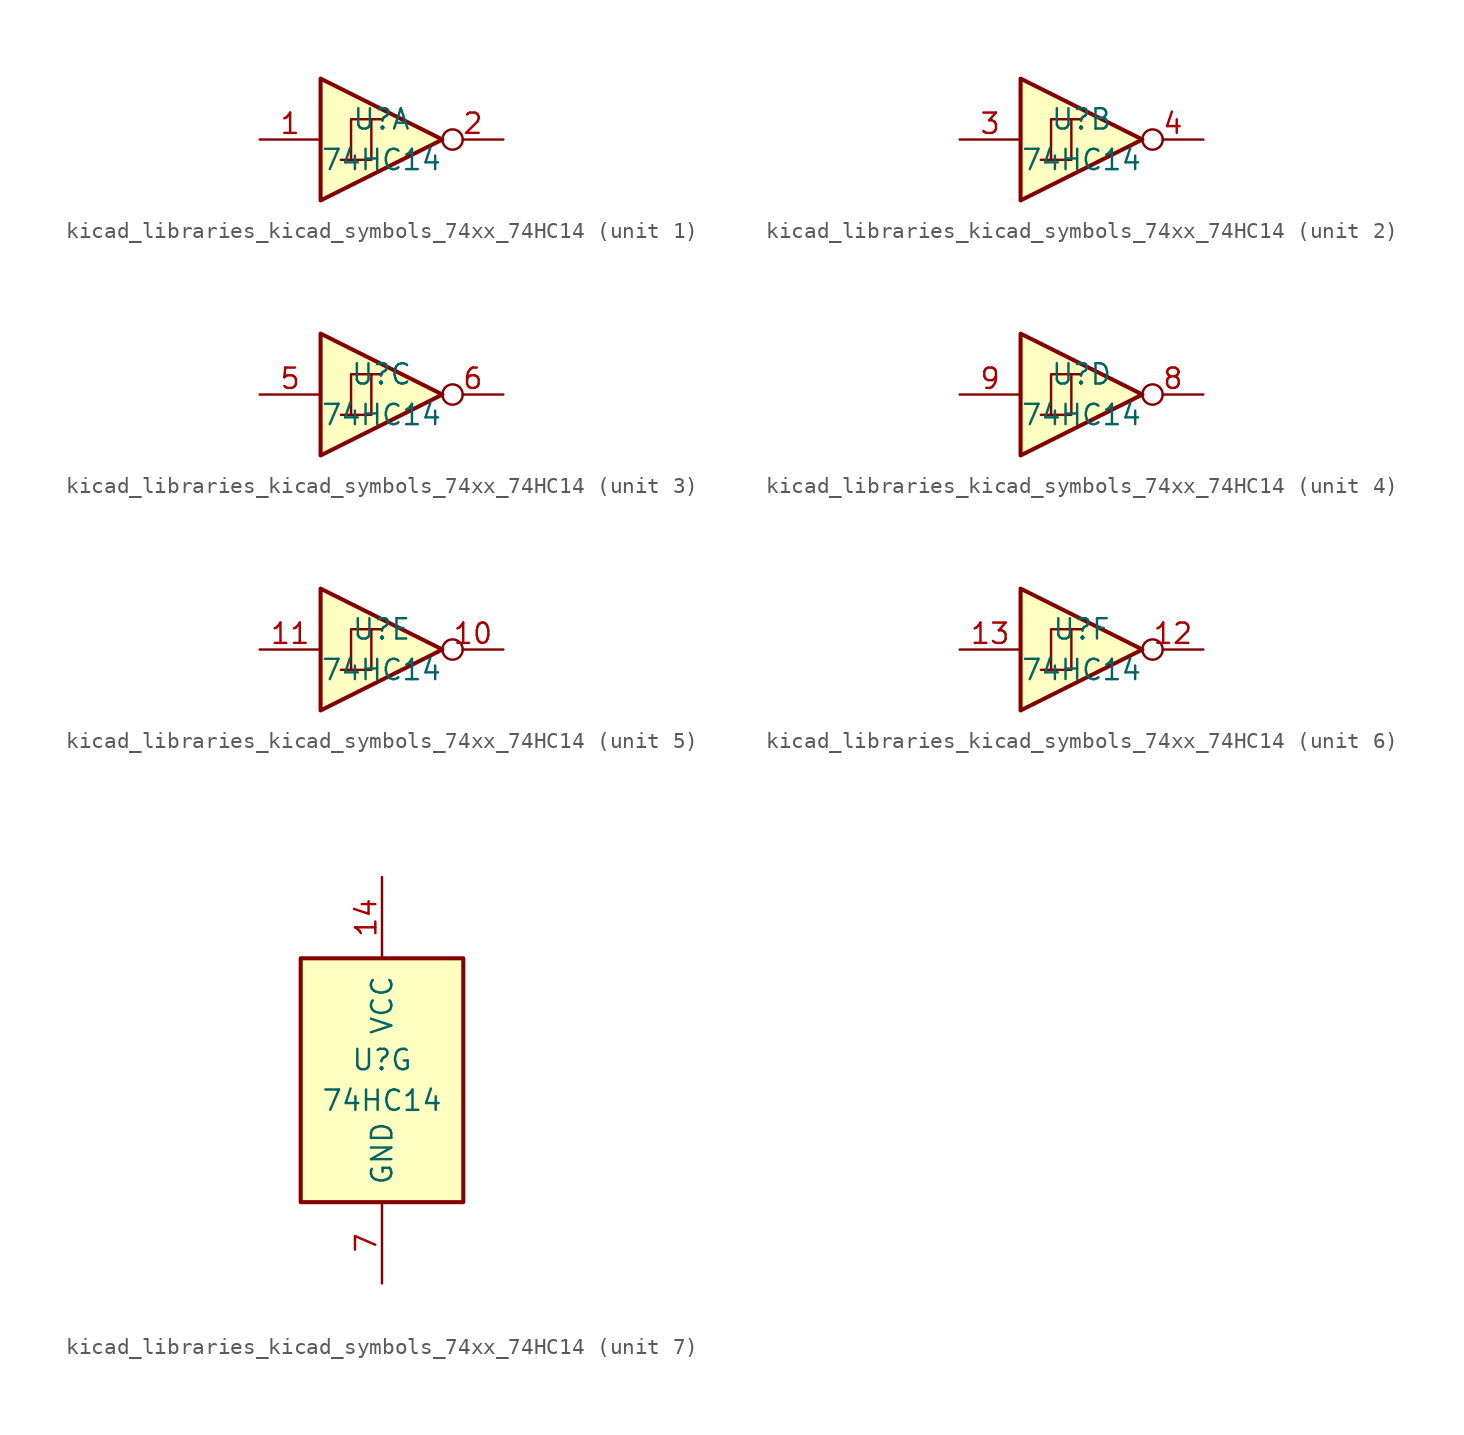
<source format=kicad_sym>
(kicad_symbol_lib
  (version 20220914)
  (generator kicad_symbol_editor)
  (symbol "kicad_libraries_kicad_symbols_74xx_74HC14"
    (pin_names
      (offset 1.016))
    (property "Reference" "U"
      (at 0 1.27 0)
      (effects (font (size 1.27 1.27))))
    (property "Value" "74HC14"
      (at 0 -1.27 0)
      (effects (font (size 1.27 1.27))))
    (property "ki_locked" ""
      (at 0 0 0)
      (effects (font (size 1.27 1.27))))
    (symbol "kicad_libraries_kicad_symbols_74xx_74HC14_1_0"
      (polyline (pts (xy -3.81 3.81) (xy -3.81 -3.81) (xy 3.81 0) (xy -3.81 3.81)) (stroke (width 0.254) (type default)) (fill (type background)))
      (pin input line (at -7.62 0 0) (length 3.81) (name "~" (effects (font (size 1.27 1.27)))) (number "1" (effects (font (size 1.27 1.27)))))
      (pin output inverted (at 7.62 0 180) (length 3.81) (name "~" (effects (font (size 1.27 1.27)))) (number "2" (effects (font (size 1.27 1.27))))))
    (symbol "kicad_libraries_kicad_symbols_74xx_74HC14_1_1"
      (polyline (pts (xy -1.905 -1.27) (xy -1.905 1.27) (xy -0.635 1.27)) (stroke (width 0) (type default)) (fill (type none)))
      (polyline (pts (xy -2.54 -1.27) (xy -0.635 -1.27) (xy -0.635 1.27) (xy 0 1.27)) (stroke (width 0) (type default)) (fill (type none))))
    (symbol "kicad_libraries_kicad_symbols_74xx_74HC14_2_0"
      (polyline (pts (xy -3.81 3.81) (xy -3.81 -3.81) (xy 3.81 0) (xy -3.81 3.81)) (stroke (width 0.254) (type default)) (fill (type background)))
      (pin input line (at -7.62 0 0) (length 3.81) (name "~" (effects (font (size 1.27 1.27)))) (number "3" (effects (font (size 1.27 1.27)))))
      (pin output inverted (at 7.62 0 180) (length 3.81) (name "~" (effects (font (size 1.27 1.27)))) (number "4" (effects (font (size 1.27 1.27))))))
    (symbol "kicad_libraries_kicad_symbols_74xx_74HC14_2_1"
      (polyline (pts (xy -1.905 -1.27) (xy -1.905 1.27) (xy -0.635 1.27)) (stroke (width 0) (type default)) (fill (type none)))
      (polyline (pts (xy -2.54 -1.27) (xy -0.635 -1.27) (xy -0.635 1.27) (xy 0 1.27)) (stroke (width 0) (type default)) (fill (type none))))
    (symbol "kicad_libraries_kicad_symbols_74xx_74HC14_3_0"
      (polyline (pts (xy -3.81 3.81) (xy -3.81 -3.81) (xy 3.81 0) (xy -3.81 3.81)) (stroke (width 0.254) (type default)) (fill (type background)))
      (pin input line (at -7.62 0 0) (length 3.81) (name "~" (effects (font (size 1.27 1.27)))) (number "5" (effects (font (size 1.27 1.27)))))
      (pin output inverted (at 7.62 0 180) (length 3.81) (name "~" (effects (font (size 1.27 1.27)))) (number "6" (effects (font (size 1.27 1.27))))))
    (symbol "kicad_libraries_kicad_symbols_74xx_74HC14_3_1"
      (polyline (pts (xy -1.905 -1.27) (xy -1.905 1.27) (xy -0.635 1.27)) (stroke (width 0) (type default)) (fill (type none)))
      (polyline (pts (xy -2.54 -1.27) (xy -0.635 -1.27) (xy -0.635 1.27) (xy 0 1.27)) (stroke (width 0) (type default)) (fill (type none))))
    (symbol "kicad_libraries_kicad_symbols_74xx_74HC14_4_0"
      (polyline (pts (xy -3.81 3.81) (xy -3.81 -3.81) (xy 3.81 0) (xy -3.81 3.81)) (stroke (width 0.254) (type default)) (fill (type background)))
      (pin output inverted (at 7.62 0 180) (length 3.81) (name "~" (effects (font (size 1.27 1.27)))) (number "8" (effects (font (size 1.27 1.27)))))
      (pin input line (at -7.62 0 0) (length 3.81) (name "~" (effects (font (size 1.27 1.27)))) (number "9" (effects (font (size 1.27 1.27))))))
    (symbol "kicad_libraries_kicad_symbols_74xx_74HC14_4_1"
      (polyline (pts (xy -1.905 -1.27) (xy -1.905 1.27) (xy -0.635 1.27)) (stroke (width 0) (type default)) (fill (type none)))
      (polyline (pts (xy -2.54 -1.27) (xy -0.635 -1.27) (xy -0.635 1.27) (xy 0 1.27)) (stroke (width 0) (type default)) (fill (type none))))
    (symbol "kicad_libraries_kicad_symbols_74xx_74HC14_5_0"
      (polyline (pts (xy -3.81 3.81) (xy -3.81 -3.81) (xy 3.81 0) (xy -3.81 3.81)) (stroke (width 0.254) (type default)) (fill (type background)))
      (pin output inverted (at 7.62 0 180) (length 3.81) (name "~" (effects (font (size 1.27 1.27)))) (number "10" (effects (font (size 1.27 1.27)))))
      (pin input line (at -7.62 0 0) (length 3.81) (name "~" (effects (font (size 1.27 1.27)))) (number "11" (effects (font (size 1.27 1.27))))))
    (symbol "kicad_libraries_kicad_symbols_74xx_74HC14_5_1"
      (polyline (pts (xy -1.905 -1.27) (xy -1.905 1.27) (xy -0.635 1.27)) (stroke (width 0) (type default)) (fill (type none)))
      (polyline (pts (xy -2.54 -1.27) (xy -0.635 -1.27) (xy -0.635 1.27) (xy 0 1.27)) (stroke (width 0) (type default)) (fill (type none))))
    (symbol "kicad_libraries_kicad_symbols_74xx_74HC14_6_0"
      (polyline (pts (xy -3.81 3.81) (xy -3.81 -3.81) (xy 3.81 0) (xy -3.81 3.81)) (stroke (width 0.254) (type default)) (fill (type background)))
      (pin output inverted (at 7.62 0 180) (length 3.81) (name "~" (effects (font (size 1.27 1.27)))) (number "12" (effects (font (size 1.27 1.27)))))
      (pin input line (at -7.62 0 0) (length 3.81) (name "~" (effects (font (size 1.27 1.27)))) (number "13" (effects (font (size 1.27 1.27))))))
    (symbol "kicad_libraries_kicad_symbols_74xx_74HC14_6_1"
      (polyline (pts (xy -1.905 -1.27) (xy -1.905 1.27) (xy -0.635 1.27)) (stroke (width 0) (type default)) (fill (type none)))
      (polyline (pts (xy -2.54 -1.27) (xy -0.635 -1.27) (xy -0.635 1.27) (xy 0 1.27)) (stroke (width 0) (type default)) (fill (type none))))
    (symbol "kicad_libraries_kicad_symbols_74xx_74HC14_7_0"
      (pin power_in line (at 0 12.7 270) (length 5.08) (name "VCC" (effects (font (size 1.27 1.27)))) (number "14" (effects (font (size 1.27 1.27)))))
      (pin power_in line (at 0 -12.7 90) (length 5.08) (name "GND" (effects (font (size 1.27 1.27)))) (number "7" (effects (font (size 1.27 1.27))))))
    (symbol "kicad_libraries_kicad_symbols_74xx_74HC14_7_1"
      (rectangle (start -5.08 7.62) (end 5.08 -7.62) (stroke (width 0.254) (type default)) (fill (type background))))))
</source>
